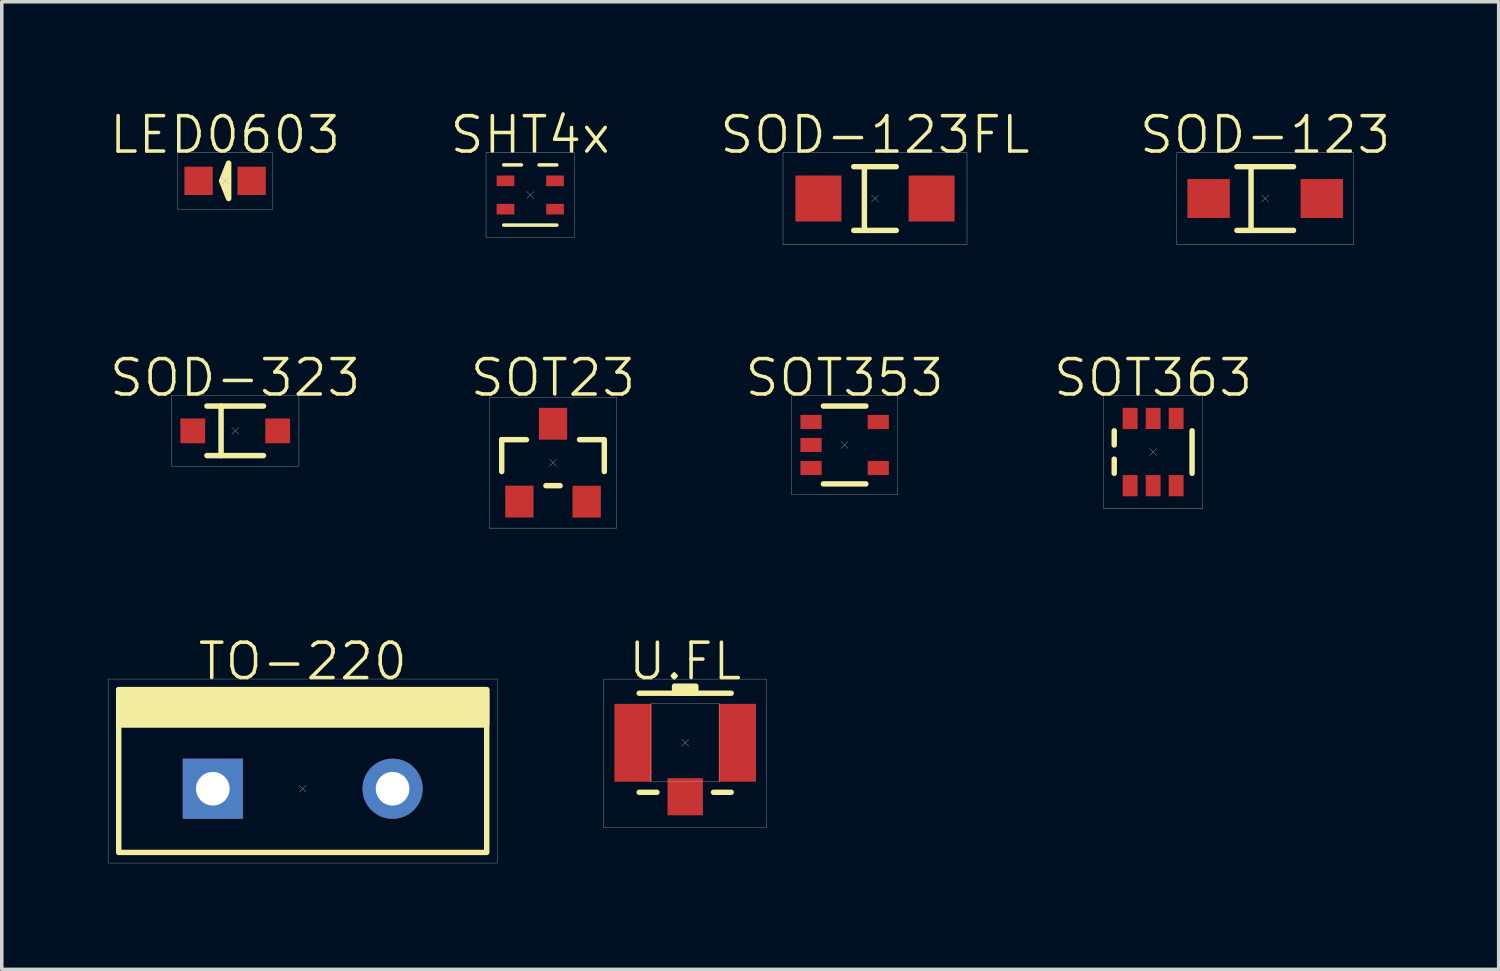
<source format=kicad_pcb>
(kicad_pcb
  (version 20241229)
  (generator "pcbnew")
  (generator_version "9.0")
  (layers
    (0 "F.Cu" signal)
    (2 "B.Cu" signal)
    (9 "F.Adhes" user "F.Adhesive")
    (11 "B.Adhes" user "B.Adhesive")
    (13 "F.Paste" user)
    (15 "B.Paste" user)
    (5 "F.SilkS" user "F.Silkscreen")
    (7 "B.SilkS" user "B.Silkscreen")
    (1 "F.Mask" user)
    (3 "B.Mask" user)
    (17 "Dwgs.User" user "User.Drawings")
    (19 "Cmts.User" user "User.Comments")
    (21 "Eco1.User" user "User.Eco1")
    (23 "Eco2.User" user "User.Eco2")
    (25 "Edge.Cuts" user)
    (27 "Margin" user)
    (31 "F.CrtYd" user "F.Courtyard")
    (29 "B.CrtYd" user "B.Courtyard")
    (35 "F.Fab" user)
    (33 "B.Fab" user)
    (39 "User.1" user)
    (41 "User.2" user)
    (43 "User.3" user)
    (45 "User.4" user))
  (footprint "TO-220"
    (layer "F.Cu")
    (at 5.505 19.241)
    (property "Reference" "TO-220" (at 0 -3.6 0) (unlocked yes) (layer "F.SilkS") (effects (font (size 1 1) (thickness 0.1))))
    (attr through_hole)
    (fp_rect (start -5.2 -2.8) (end 5.2 -1.8) (stroke (width 0.154) (type solid)) (fill yes) (layer "F.SilkS"))
    (fp_rect (start -5.2 -2.8) (end 5.2 1.8) (stroke (width 0.154) (type default)) (fill no) (layer "F.SilkS"))
    (fp_line (start -0.1 -0.1) (end 0.1 0.1) (stroke (width 0.01) (type default)) (layer "F.Fab"))
    (fp_line (start 0.1 -0.1) (end -0.1 0.1) (stroke (width 0.01) (type default)) (layer "F.Fab"))
    (fp_rect (start -5.5 -3.1) (end 5.5 2.1) (stroke (width 0.01) (type default)) (fill no) (layer "F.Fab"))
    (pad "A" thru_hole circle (at 2.54 0) (size 1.7 1.7) (drill 0.95) (layers "*.Cu" "*.Mask"))
    (pad "K" thru_hole rect (at -2.54 0) (size 1.7 1.7) (drill 0.95) (layers "*.Cu" "*.Mask")))
  (footprint "SOT353"
    (layer "F.Cu")
    (at 20.821 9.526)
    (property "Reference" "SOT353" (at 0 -1.9 0) (unlocked yes) (layer "F.SilkS") (effects (font (size 1 1) (thickness 0.1))))
    (attr smd)
    (fp_line (start -0.6 -1.1) (end 0.6 -1.1) (stroke (width 0.154) (type default)) (layer "F.SilkS"))
    (fp_line (start -0.6 1.1) (end 0.6 1.1) (stroke (width 0.154) (type default)) (layer "F.SilkS"))
    (fp_line (start -0.1 -0.1) (end 0.1 0.1) (stroke (width 0.01) (type default)) (layer "F.Fab"))
    (fp_line (start 0.1 -0.1) (end -0.1 0.1) (stroke (width 0.01) (type default)) (layer "F.Fab"))
    (fp_rect (start -1.5 -1.4) (end 1.5 1.4) (stroke (width 0.01) (type default)) (fill no) (layer "F.Fab"))
    (pad "1" smd rect (at -0.95 -0.65) (size 0.6 0.4) (layers "F.Cu" "F.Mask" "F.Paste"))
    (pad "2" smd rect (at -0.95 0) (size 0.6 0.4) (layers "F.Cu" "F.Mask" "F.Paste"))
    (pad "3" smd rect (at -0.95 0.65) (size 0.6 0.4) (layers "F.Cu" "F.Mask" "F.Paste"))
    (pad "4" smd rect (at 0.95 0.65) (size 0.6 0.4) (layers "F.Cu" "F.Mask" "F.Paste"))
    (pad "5" smd rect (at 0.95 -0.65) (size 0.6 0.4) (layers "F.Cu" "F.Mask" "F.Paste")))
  (footprint "SOD-123"
    (layer "F.Cu")
    (at 32.707 2.561)
    (property "Reference" "SOD-123" (at 0 -1.8 0) (unlocked yes) (layer "F.SilkS") (effects (font (size 1 1) (thickness 0.1))))
    (attr smd)
    (fp_line (start -0.8 -0.9) (end 0.8 -0.9) (stroke (width 0.154) (type default)) (layer "F.SilkS"))
    (fp_line (start -0.8 0.9) (end 0.8 0.9) (stroke (width 0.154) (type default)) (layer "F.SilkS"))
    (fp_line (start -0.4 -0.9) (end -0.4 0.9) (stroke (width 0.154) (type default)) (layer "F.SilkS"))
    (fp_line (start -0.1 -0.1) (end 0.1 0.1) (stroke (width 0.01) (type default)) (layer "F.Fab"))
    (fp_line (start 0.1 -0.1) (end -0.1 0.1) (stroke (width 0.01) (type default)) (layer "F.Fab"))
    (fp_rect (start -2.5 -1.3) (end 2.5 1.3) (stroke (width 0.01) (type default)) (fill no) (layer "F.Fab"))
    (pad "A" smd rect (at 1.6 0) (size 1.2 1.1) (layers "F.Cu" "F.Mask" "F.Paste"))
    (pad "K" smd rect (at -1.6 0) (size 1.2 1.1) (layers "F.Cu" "F.Mask" "F.Paste")))
  (footprint "SOT363"
    (layer "F.Cu")
    (at 29.54 9.726)
    (property "Reference" "SOT363" (at 0 -2.1 0) (unlocked yes) (layer "F.SilkS") (effects (font (size 1 1) (thickness 0.1))))
    (attr smd)
    (fp_line (start -1.1 -0.6) (end -1.1 -0.2) (stroke (width 0.154) (type default)) (layer "F.SilkS"))
    (fp_line (start -1.1 0.6) (end -1.1 0.2) (stroke (width 0.154) (type default)) (layer "F.SilkS"))
    (fp_line (start 1.1 -0.6) (end 1.1 0.6) (stroke (width 0.154) (type default)) (layer "F.SilkS"))
    (fp_line (start -0.1 -0.1) (end 0.1 0.1) (stroke (width 0.01) (type default)) (layer "F.Fab"))
    (fp_line (start 0.1 -0.1) (end -0.1 0.1) (stroke (width 0.01) (type default)) (layer "F.Fab"))
    (fp_rect (start -1.4 -1.6) (end 1.4 1.6) (stroke (width 0.01) (type default)) (fill no) (layer "F.Fab"))
    (pad "1" smd rect (at -0.65 0.95) (size 0.42 0.6) (layers "F.Cu" "F.Mask" "F.Paste"))
    (pad "2" smd rect (at 0 0.95) (size 0.42 0.6) (layers "F.Cu" "F.Mask" "F.Paste"))
    (pad "3" smd rect (at 0.65 0.95) (size 0.42 0.6) (layers "F.Cu" "F.Mask" "F.Paste"))
    (pad "4" smd rect (at 0.65 -0.95) (size 0.42 0.6) (layers "F.Cu" "F.Mask" "F.Paste"))
    (pad "5" smd rect (at 0 -0.95) (size 0.42 0.6) (layers "F.Cu" "F.Mask" "F.Paste"))
    (pad "6" smd rect (at -0.65 -0.95) (size 0.42 0.6) (layers "F.Cu" "F.Mask" "F.Paste")))
  (footprint "SOD-323"
    (layer "F.Cu")
    (at 3.598 9.126)
    (property "Reference" "SOD-323" (at 0 -1.5 0) (unlocked yes) (layer "F.SilkS") (effects (font (size 1 1) (thickness 0.1))))
    (attr smd)
    (fp_line (start -0.8 -0.7) (end 0.8 -0.7) (stroke (width 0.154) (type default)) (layer "F.SilkS"))
    (fp_line (start -0.8 0.7) (end 0.8 0.7) (stroke (width 0.154) (type default)) (layer "F.SilkS"))
    (fp_line (start -0.4 -0.7) (end -0.4 0.7) (stroke (width 0.154) (type default)) (layer "F.SilkS"))
    (fp_line (start -0.1 -0.1) (end 0.1 0.1) (stroke (width 0.01) (type default)) (layer "F.Fab"))
    (fp_line (start 0.1 -0.1) (end -0.1 0.1) (stroke (width 0.01) (type default)) (layer "F.Fab"))
    (fp_rect (start -1.8 -1) (end 1.8 1) (stroke (width 0.01) (type default)) (fill no) (layer "F.Fab"))
    (pad "A" smd rect (at 1.2 0) (size 0.7 0.7) (layers "F.Cu" "F.Mask" "F.Paste"))
    (pad "K" smd rect (at -1.2 0) (size 0.7 0.7) (layers "F.Cu" "F.Mask" "F.Paste")))
  (footprint "SHT4x"
    (layer "F.Cu")
    (at 11.936 2.461)
    (property "Reference" "SHT4x" (at 0 -1.7 0) (unlocked yes) (layer "F.SilkS") (effects (font (size 1 1) (thickness 0.1))))
    (attr smd)
    (fp_line (start -0.75 -0.85) (end -0.25 -0.85) (stroke (width 0.1) (type default)) (layer "F.SilkS"))
    (fp_line (start -0.75 0.85) (end 0.75 0.85) (stroke (width 0.1) (type default)) (layer "F.SilkS"))
    (fp_line (start 0.75 -0.85) (end 0.25 -0.85) (stroke (width 0.1) (type default)) (layer "F.SilkS"))
    (fp_line (start -0.1 0.1) (end 0.1 -0.1) (stroke (width 0.01) (type default)) (layer "F.Fab"))
    (fp_line (start 0.1 0.1) (end -0.1 -0.1) (stroke (width 0.01) (type default)) (layer "F.Fab"))
    (fp_rect (start -1.25 -1.2) (end 1.25 1.2) (stroke (width 0.01) (type default)) (fill no) (layer "F.Fab"))
    (pad "1" smd rect (at -0.7 -0.4) (size 0.5 0.3) (layers "F.Cu" "F.Mask" "F.Paste"))
    (pad "2" smd rect (at -0.7 0.4) (size 0.5 0.3) (layers "F.Cu" "F.Mask" "F.Paste"))
    (pad "3" smd rect (at 0.7 0.4) (size 0.5 0.3) (layers "F.Cu" "F.Mask" "F.Paste"))
    (pad "4" smd rect (at 0.7 -0.4) (size 0.5 0.3) (layers "F.Cu" "F.Mask" "F.Paste")))
  (footprint "LED0603"
    (layer "F.Cu")
    (at 3.312 2.061)
    (property "Reference" "LED0603" (at 0 -1.3 0) (unlocked yes) (layer "F.SilkS") (effects (font (size 1 1) (thickness 0.1))))
    (attr smd)
    (fp_poly (pts (xy 0.1 -0.5) (xy -0.1 0) (xy 0.1 0.5)) (stroke (width 0.154) (type solid)) (fill yes) (layer "F.SilkS"))
    (fp_line (start -0.1 -0.1) (end 0.1 0.1) (stroke (width 0.01) (type default)) (layer "F.Fab"))
    (fp_line (start 0.1 -0.1) (end -0.1 0.1) (stroke (width 0.01) (type default)) (layer "F.Fab"))
    (fp_rect (start -1.35 -0.8) (end 1.35 0.8) (stroke (width 0.01) (type default)) (fill no) (layer "F.Fab"))
    (pad "A" smd rect (at 0.75 0) (size 0.8 0.8) (layers "F.Cu" "F.Mask" "F.Paste"))
    (pad "K" smd rect (at -0.75 0) (size 0.8 0.8) (layers "F.Cu" "F.Mask" "F.Paste")))
  (footprint "U.FL"
    (layer "F.Cu")
    (at 16.315 17.942)
    (property "Reference" "U.FL" (at 0 -2.3 0) (unlocked yes) (layer "F.SilkS") (effects (font (size 1 1) (thickness 0.1))))
    (attr smd)
    (fp_line (start -1.3 -1.4) (end 1.3 -1.4) (stroke (width 0.154) (type default)) (layer "F.SilkS"))
    (fp_line (start -1.3 1.4) (end -0.8 1.4) (stroke (width 0.154) (type default)) (layer "F.SilkS"))
    (fp_line (start 0.8 1.4) (end 1.3 1.4) (stroke (width 0.154) (type default)) (layer "F.SilkS"))
    (fp_rect (start -0.3 -1.6) (end 0.3 -1.4) (stroke (width 0.154) (type solid)) (fill yes) (layer "F.SilkS"))
    (fp_line (start -0.1 -0.1) (end 0.1 0.1) (stroke (width 0.01) (type default)) (layer "F.Fab"))
    (fp_line (start 0.1 -0.1) (end -0.1 0.1) (stroke (width 0.01) (type default)) (layer "F.Fab"))
    (fp_rect (start -2.3 -1.8) (end 2.3 2.4) (stroke (width 0.01) (type default)) (fill no) (layer "F.Fab"))
    (fp_rect (start -0.975 -1.1) (end 0.975 1.1) (stroke (width 0.01) (type default)) (fill no) (layer "F.Fab"))
    (pad "1" smd rect (at 0 1.525) (size 1 1.05) (layers "F.Cu" "F.Mask" "F.Paste"))
    (pad "2" smd rect (at -1.475 0) (size 1.05 2.2) (layers "F.Cu" "F.Mask" "F.Paste"))
    (pad "3" smd rect (at 1.475 0) (size 1.05 2.2) (layers "F.Cu" "F.Mask" "F.Paste")))
  (footprint "SOT23"
    (layer "F.Cu")
    (at 12.579 10.026)
    (property "Reference" "SOT23" (at 0 -2.4 0) (unlocked yes) (layer "F.SilkS") (effects (font (size 1 1) (thickness 0.1))))
    (attr smd)
    (fp_line (start -1.45 -0.65) (end -0.75 -0.65) (stroke (width 0.154) (type default)) (layer "F.SilkS"))
    (fp_line (start -1.45 0.25) (end -1.45 -0.65) (stroke (width 0.154) (type default)) (layer "F.SilkS"))
    (fp_line (start -0.2 0.65) (end 0.2 0.65) (stroke (width 0.154) (type default)) (layer "F.SilkS"))
    (fp_line (start 0.75 -0.65) (end 1.425 -0.65) (stroke (width 0.154) (type default)) (layer "F.SilkS"))
    (fp_line (start 1.45 0.25) (end 1.45 -0.65) (stroke (width 0.154) (type default)) (layer "F.SilkS"))
    (fp_line (start -0.1 -0.1) (end 0.1 0.1) (stroke (width 0.01) (type default)) (layer "F.Fab"))
    (fp_line (start 0.1 -0.1) (end -0.1 0.1) (stroke (width 0.01) (type default)) (layer "F.Fab"))
    (fp_rect (start -1.8 -1.85) (end 1.8 1.85) (stroke (width 0.01) (type default)) (fill no) (layer "F.Fab"))
    (pad "1" smd rect (at -0.95 1.1) (size 0.8 0.9) (layers "F.Cu" "F.Mask" "F.Paste"))
    (pad "2" smd rect (at 0.951 1.102) (size 0.8 0.9) (layers "F.Cu" "F.Mask" "F.Paste"))
    (pad "3" smd rect (at 0 -1.1) (size 0.8 0.9) (layers "F.Cu" "F.Mask" "F.Paste")))
  (footprint "SOD-123FL"
    (layer "F.Cu")
    (at 21.679 2.561)
    (property "Reference" "SOD-123FL" (at 0 -1.8 0) (unlocked yes) (layer "F.SilkS") (effects (font (size 1 1) (thickness 0.1))))
    (attr smd)
    (fp_line (start -0.6 -0.9) (end 0.6 -0.9) (stroke (width 0.154) (type default)) (layer "F.SilkS"))
    (fp_line (start -0.6 0.9) (end 0.6 0.9) (stroke (width 0.154) (type default)) (layer "F.SilkS"))
    (fp_line (start -0.3 -0.9) (end -0.3 0.9) (stroke (width 0.154) (type default)) (layer "F.SilkS"))
    (fp_line (start -0.1 -0.1) (end 0.1 0.1) (stroke (width 0.01) (type default)) (layer "F.Fab"))
    (fp_line (start 0.1 -0.1) (end -0.1 0.1) (stroke (width 0.01) (type default)) (layer "F.Fab"))
    (fp_rect (start -2.6 -1.3) (end 2.6 1.3) (stroke (width 0.01) (type default)) (fill no) (layer "F.Fab"))
    (pad "A" smd rect (at 1.6 0) (size 1.3 1.3) (layers "F.Cu" "F.Mask" "F.Paste"))
    (pad "K" smd rect (at -1.6 0) (size 1.3 1.3) (layers "F.Cu" "F.Mask" "F.Paste")))
  (gr_rect
    (start -3 -3)
    (end 39.305 24.346)
    (stroke (width 0.1) (type default))
    (fill no)
    (layer "Edge.Cuts")))
</source>
